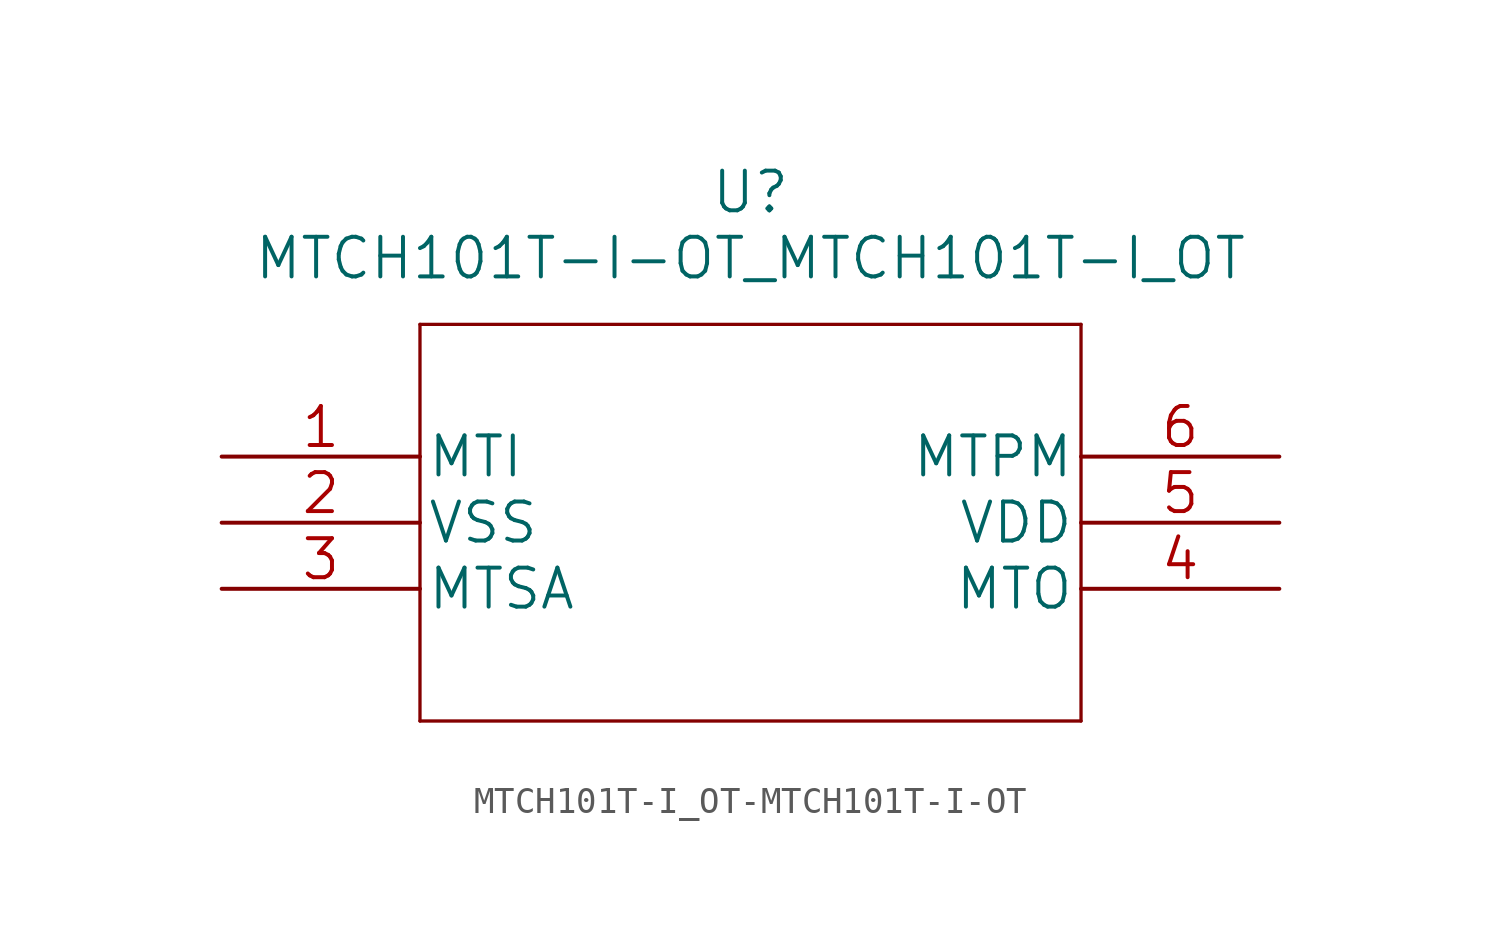
<source format=kicad_sym>
(kicad_symbol_lib
  (version 20220914)
  (generator kicad_symbol_editor)
  (symbol "MTCH101T-I_OT-MTCH101T-I-OT"
    (pin_names
      (offset 0.254))
    (property "Reference" "U"
      (at 20.32 10.16 0)
      (effects (font (size 1.524 1.524))))
    (property "Value" "MTCH101T-I-OT_MTCH101T-I_OT"
      (at 20.32 7.62 0)
      (effects (font (size 1.524 1.524))))
    (property "Datasheet" ""
      (at 0 0 0)
      (effects (font (size 1.524 1.524))))
    (property "ki_locked" ""
      (at 0 0 0)
      (effects (font (size 1.27 1.27))))
    (symbol "MTCH101T-I_OT-MTCH101T-I-OT_1_1"
      (polyline (pts (xy 7.62 -10.16) (xy 33.02 -10.16)) (stroke (width 0.127) (type solid)) (fill (type none)))
      (polyline (pts (xy 7.62 5.08) (xy 7.62 -10.16)) (stroke (width 0.127) (type solid)) (fill (type none)))
      (polyline (pts (xy 33.02 -10.16) (xy 33.02 5.08)) (stroke (width 0.127) (type solid)) (fill (type none)))
      (polyline (pts (xy 33.02 5.08) (xy 7.62 5.08)) (stroke (width 0.127) (type solid)) (fill (type none)))
      (pin input line (at 0 0 0) (length 7.62) (name "MTI" (effects (font (size 1.499 1.499)))) (number "1" (effects (font (size 1.499 1.499)))))
      (pin power_in line (at 0 -2.54 0) (length 7.62) (name "VSS" (effects (font (size 1.499 1.499)))) (number "2" (effects (font (size 1.499 1.499)))))
      (pin input line (at 0 -5.08 0) (length 7.62) (name "MTSA" (effects (font (size 1.499 1.499)))) (number "3" (effects (font (size 1.499 1.499)))))
      (pin output line (at 40.64 -5.08 180) (length 7.62) (name "MTO" (effects (font (size 1.499 1.499)))) (number "4" (effects (font (size 1.499 1.499)))))
      (pin power_in line (at 40.64 -2.54 180) (length 7.62) (name "VDD" (effects (font (size 1.499 1.499)))) (number "5" (effects (font (size 1.499 1.499)))))
      (pin unspecified line (at 40.64 0 180) (length 7.62) (name "MTPM" (effects (font (size 1.499 1.499)))) (number "6" (effects (font (size 1.499 1.499))))))))
</source>
